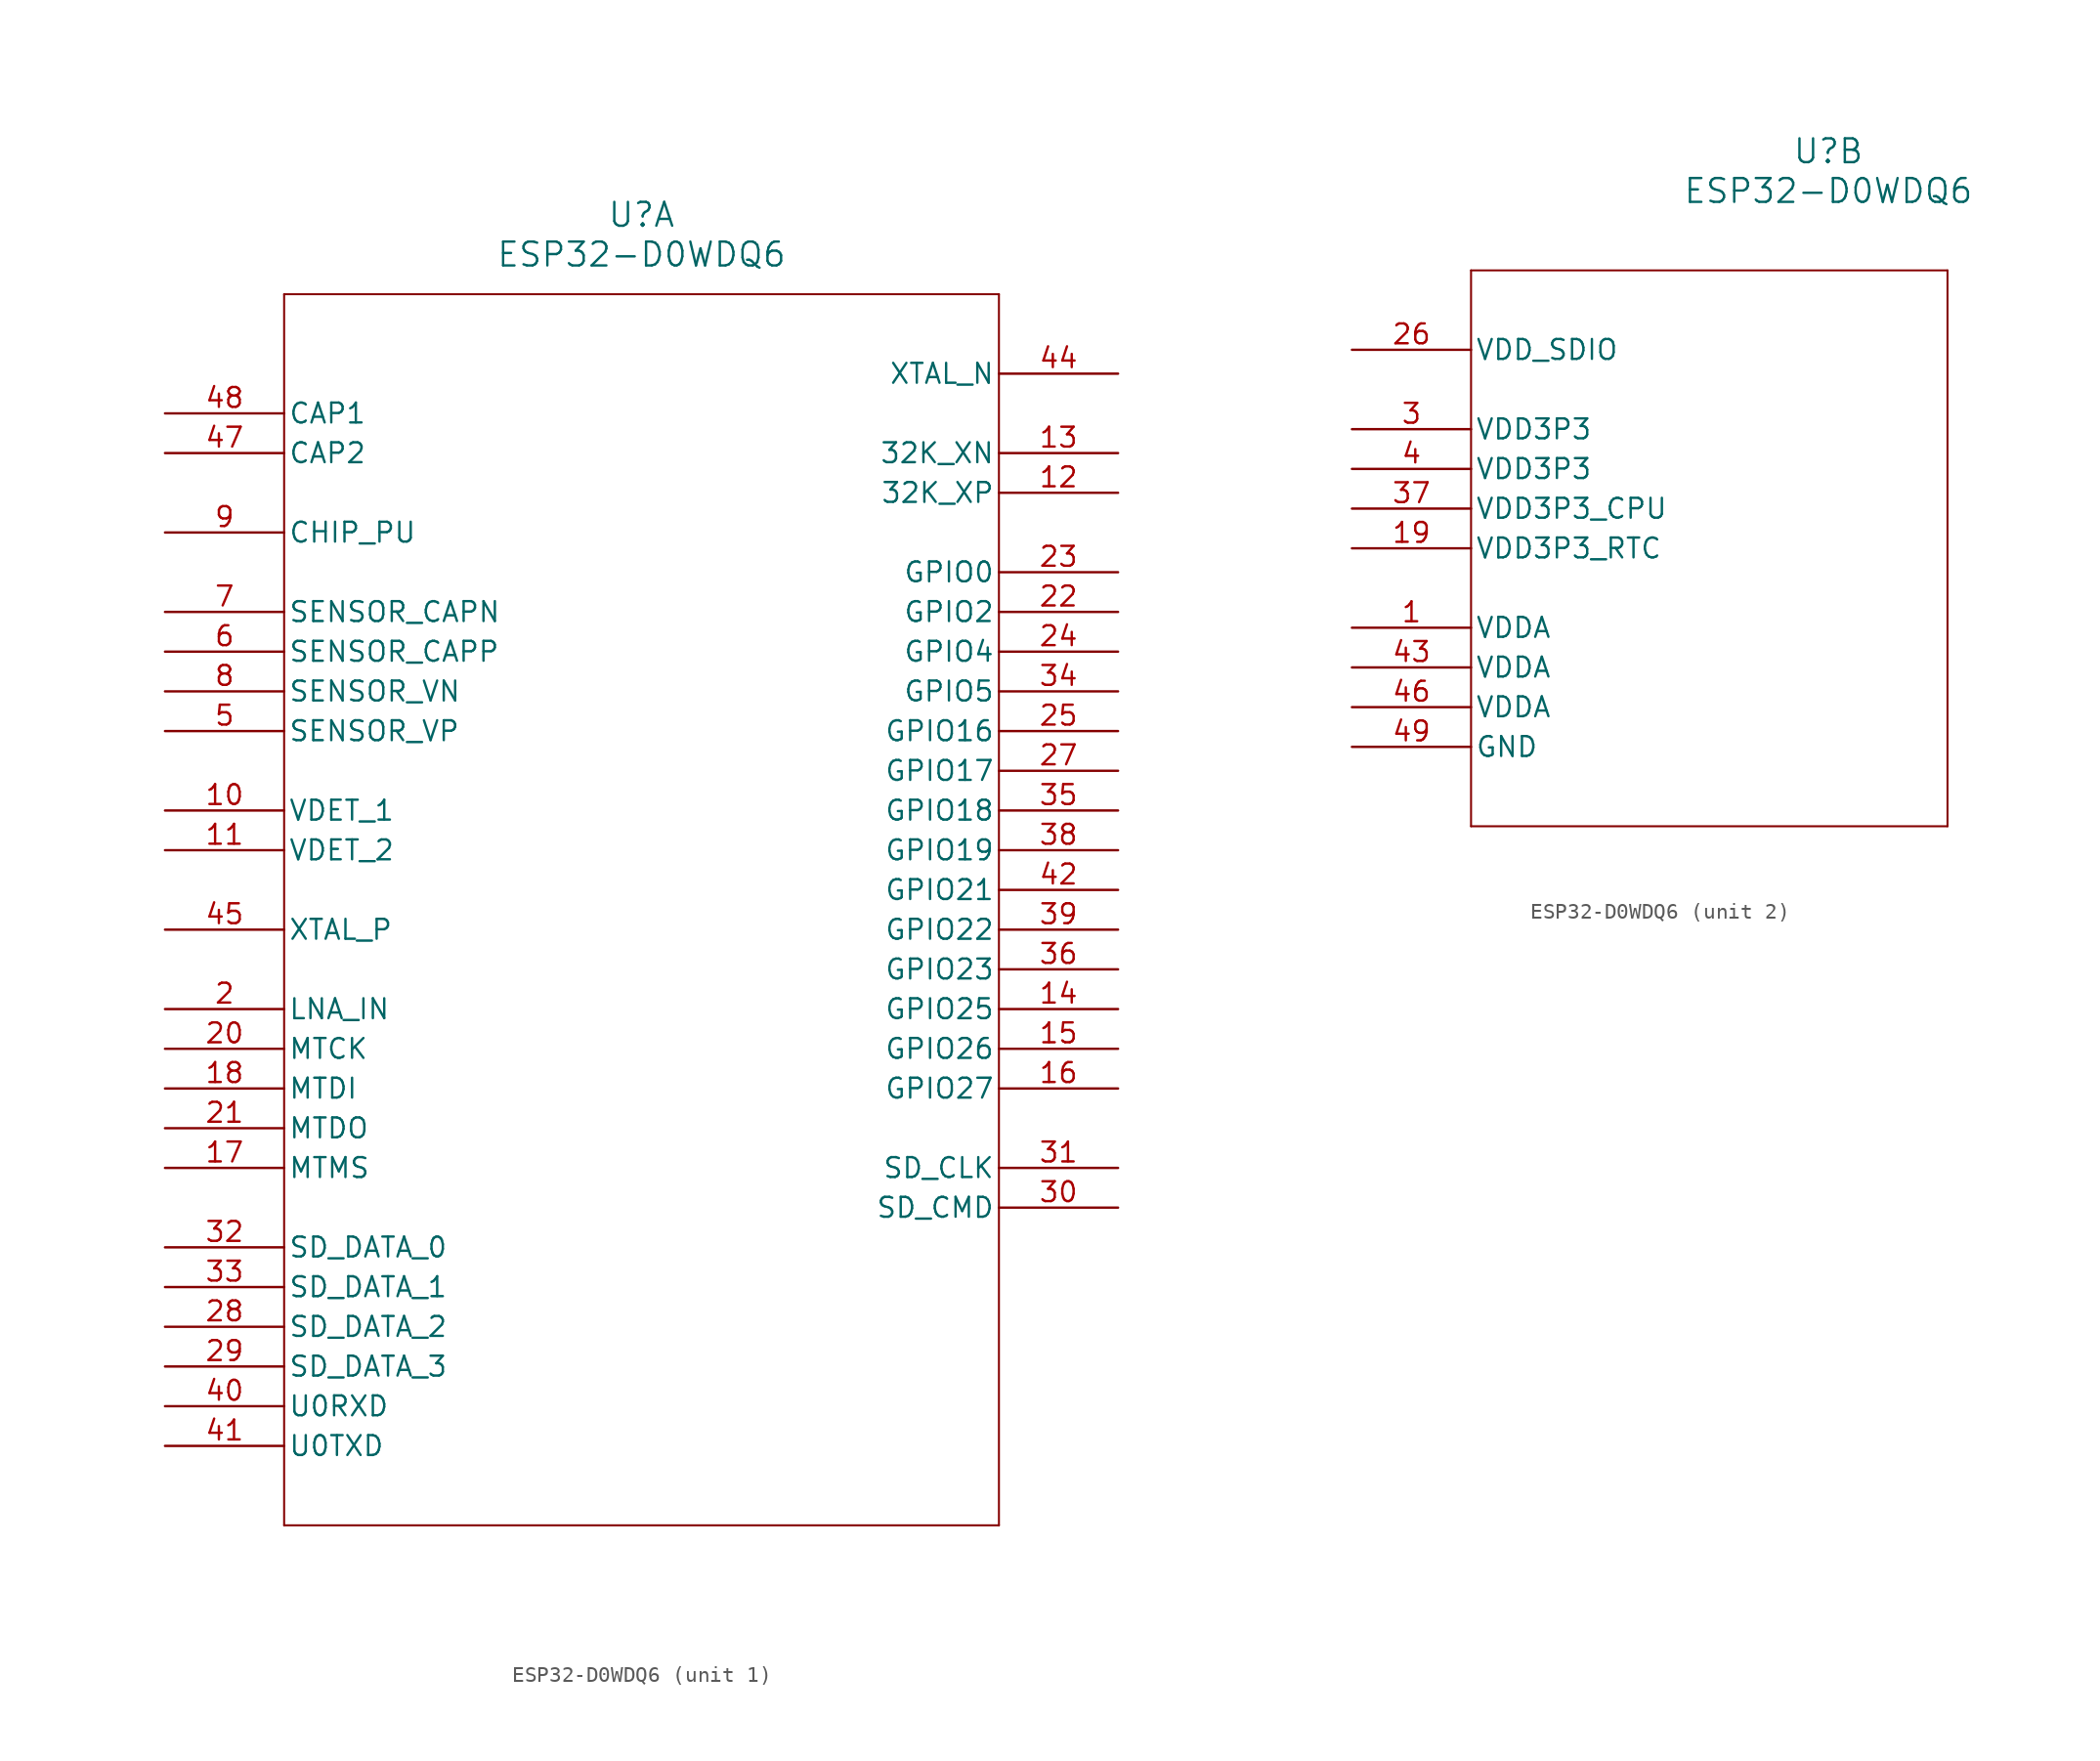
<source format=kicad_sym>
(kicad_symbol_lib
  (version 20211014)
  (generator kicad_symbol_editor)
  (symbol "ESP32-D0WDQ6"
    (pin_names
      (offset 0.254))
    (property "Reference" "U"
      (at 30.48 12.7 0)
      (effects (font (size 1.524 1.524))))
    (property "Value" "ESP32-D0WDQ6"
      (at 30.48 10.16 0)
      (effects (font (size 1.524 1.524))))
    (symbol "ESP32-D0WDQ6_1_1"
      (polyline (pts (xy 7.62 7.62) (xy 7.62 -71.12)) (stroke (width 0.127) (type default) (color 0 0 0 0)) (fill (type none)))
      (polyline (pts (xy 7.62 -71.12) (xy 53.34 -71.12)) (stroke (width 0.127) (type default) (color 0 0 0 0)) (fill (type none)))
      (polyline (pts (xy 53.34 -71.12) (xy 53.34 7.62)) (stroke (width 0.127) (type default) (color 0 0 0 0)) (fill (type none)))
      (polyline (pts (xy 53.34 7.62) (xy 7.62 7.62)) (stroke (width 0.127) (type default) (color 0 0 0 0)) (fill (type none)))
      (pin bidirectional line (at 0 -38.1 0) (length 7.62) (name "LNA_IN" (effects (font (size 1.27 1.27)))) (number "2" (effects (font (size 1.27 1.27)))))
      (pin input line (at 0 -20.32 0) (length 7.62) (name "SENSOR_VP" (effects (font (size 1.27 1.27)))) (number "5" (effects (font (size 1.27 1.27)))))
      (pin input line (at 0 -15.24 0) (length 7.62) (name "SENSOR_CAPP" (effects (font (size 1.27 1.27)))) (number "6" (effects (font (size 1.27 1.27)))))
      (pin input line (at 0 -12.7 0) (length 7.62) (name "SENSOR_CAPN" (effects (font (size 1.27 1.27)))) (number "7" (effects (font (size 1.27 1.27)))))
      (pin input line (at 0 -17.78 0) (length 7.62) (name "SENSOR_VN" (effects (font (size 1.27 1.27)))) (number "8" (effects (font (size 1.27 1.27)))))
      (pin input line (at 0 -7.62 0) (length 7.62) (name "CHIP_PU" (effects (font (size 1.27 1.27)))) (number "9" (effects (font (size 1.27 1.27)))))
      (pin input line (at 0 -25.4 0) (length 7.62) (name "VDET_1" (effects (font (size 1.27 1.27)))) (number "10" (effects (font (size 1.27 1.27)))))
      (pin input line (at 0 -27.94 0) (length 7.62) (name "VDET_2" (effects (font (size 1.27 1.27)))) (number "11" (effects (font (size 1.27 1.27)))))
      (pin bidirectional line (at 60.96 -5.08 180) (length 7.62) (name "32K_XP" (effects (font (size 1.27 1.27)))) (number "12" (effects (font (size 1.27 1.27)))))
      (pin bidirectional line (at 60.96 -2.54 180) (length 7.62) (name "32K_XN" (effects (font (size 1.27 1.27)))) (number "13" (effects (font (size 1.27 1.27)))))
      (pin bidirectional line (at 60.96 -38.1 180) (length 7.62) (name "GPIO25" (effects (font (size 1.27 1.27)))) (number "14" (effects (font (size 1.27 1.27)))))
      (pin bidirectional line (at 60.96 -40.64 180) (length 7.62) (name "GPIO26" (effects (font (size 1.27 1.27)))) (number "15" (effects (font (size 1.27 1.27)))))
      (pin bidirectional line (at 60.96 -43.18 180) (length 7.62) (name "GPIO27" (effects (font (size 1.27 1.27)))) (number "16" (effects (font (size 1.27 1.27)))))
      (pin unspecified line (at 0 -48.26 0) (length 7.62) (name "MTMS" (effects (font (size 1.27 1.27)))) (number "17" (effects (font (size 1.27 1.27)))))
      (pin unspecified line (at 0 -43.18 0) (length 7.62) (name "MTDI" (effects (font (size 1.27 1.27)))) (number "18" (effects (font (size 1.27 1.27)))))
      (pin bidirectional line (at 0 -40.64 0) (length 7.62) (name "MTCK" (effects (font (size 1.27 1.27)))) (number "20" (effects (font (size 1.27 1.27)))))
      (pin bidirectional line (at 0 -45.72 0) (length 7.62) (name "MTDO" (effects (font (size 1.27 1.27)))) (number "21" (effects (font (size 1.27 1.27)))))
      (pin bidirectional line (at 60.96 -12.7 180) (length 7.62) (name "GPIO2" (effects (font (size 1.27 1.27)))) (number "22" (effects (font (size 1.27 1.27)))))
      (pin bidirectional line (at 60.96 -10.16 180) (length 7.62) (name "GPIO0" (effects (font (size 1.27 1.27)))) (number "23" (effects (font (size 1.27 1.27)))))
      (pin bidirectional line (at 60.96 -15.24 180) (length 7.62) (name "GPIO4" (effects (font (size 1.27 1.27)))) (number "24" (effects (font (size 1.27 1.27)))))
      (pin bidirectional line (at 60.96 -20.32 180) (length 7.62) (name "GPIO16" (effects (font (size 1.27 1.27)))) (number "25" (effects (font (size 1.27 1.27)))))
      (pin bidirectional line (at 60.96 -22.86 180) (length 7.62) (name "GPIO17" (effects (font (size 1.27 1.27)))) (number "27" (effects (font (size 1.27 1.27)))))
      (pin bidirectional line (at 0 -58.42 0) (length 7.62) (name "SD_DATA_2" (effects (font (size 1.27 1.27)))) (number "28" (effects (font (size 1.27 1.27)))))
      (pin bidirectional line (at 0 -60.96 0) (length 7.62) (name "SD_DATA_3" (effects (font (size 1.27 1.27)))) (number "29" (effects (font (size 1.27 1.27)))))
      (pin bidirectional line (at 60.96 -50.8 180) (length 7.62) (name "SD_CMD" (effects (font (size 1.27 1.27)))) (number "30" (effects (font (size 1.27 1.27)))))
      (pin bidirectional line (at 60.96 -48.26 180) (length 7.62) (name "SD_CLK" (effects (font (size 1.27 1.27)))) (number "31" (effects (font (size 1.27 1.27)))))
      (pin bidirectional line (at 0 -53.34 0) (length 7.62) (name "SD_DATA_0" (effects (font (size 1.27 1.27)))) (number "32" (effects (font (size 1.27 1.27)))))
      (pin bidirectional line (at 0 -55.88 0) (length 7.62) (name "SD_DATA_1" (effects (font (size 1.27 1.27)))) (number "33" (effects (font (size 1.27 1.27)))))
      (pin bidirectional line (at 60.96 -17.78 180) (length 7.62) (name "GPIO5" (effects (font (size 1.27 1.27)))) (number "34" (effects (font (size 1.27 1.27)))))
      (pin bidirectional line (at 60.96 -25.4 180) (length 7.62) (name "GPIO18" (effects (font (size 1.27 1.27)))) (number "35" (effects (font (size 1.27 1.27)))))
      (pin bidirectional line (at 60.96 -35.56 180) (length 7.62) (name "GPIO23" (effects (font (size 1.27 1.27)))) (number "36" (effects (font (size 1.27 1.27)))))
      (pin bidirectional line (at 60.96 -27.94 180) (length 7.62) (name "GPIO19" (effects (font (size 1.27 1.27)))) (number "38" (effects (font (size 1.27 1.27)))))
      (pin bidirectional line (at 60.96 -33.02 180) (length 7.62) (name "GPIO22" (effects (font (size 1.27 1.27)))) (number "39" (effects (font (size 1.27 1.27)))))
      (pin bidirectional line (at 0 -63.5 0) (length 7.62) (name "U0RXD" (effects (font (size 1.27 1.27)))) (number "40" (effects (font (size 1.27 1.27)))))
      (pin bidirectional line (at 0 -66.04 0) (length 7.62) (name "U0TXD" (effects (font (size 1.27 1.27)))) (number "41" (effects (font (size 1.27 1.27)))))
      (pin bidirectional line (at 60.96 -30.48 180) (length 7.62) (name "GPIO21" (effects (font (size 1.27 1.27)))) (number "42" (effects (font (size 1.27 1.27)))))
      (pin output line (at 60.96 2.54 180) (length 7.62) (name "XTAL_N" (effects (font (size 1.27 1.27)))) (number "44" (effects (font (size 1.27 1.27)))))
      (pin input line (at 0 -33.02 0) (length 7.62) (name "XTAL_P" (effects (font (size 1.27 1.27)))) (number "45" (effects (font (size 1.27 1.27)))))
      (pin input line (at 0 -2.54 0) (length 7.62) (name "CAP2" (effects (font (size 1.27 1.27)))) (number "47" (effects (font (size 1.27 1.27)))))
      (pin input line (at 0 0 0) (length 7.62) (name "CAP1" (effects (font (size 1.27 1.27)))) (number "48" (effects (font (size 1.27 1.27))))))
    (symbol "ESP32-D0WDQ6_2_1"
      (polyline (pts (xy 7.62 5.08) (xy 7.62 -30.48)) (stroke (width 0.127) (type default) (color 0 0 0 0)) (fill (type none)))
      (polyline (pts (xy 7.62 -30.48) (xy 38.1 -30.48)) (stroke (width 0.127) (type default) (color 0 0 0 0)) (fill (type none)))
      (polyline (pts (xy 38.1 -30.48) (xy 38.1 5.08)) (stroke (width 0.127) (type default) (color 0 0 0 0)) (fill (type none)))
      (polyline (pts (xy 38.1 5.08) (xy 7.62 5.08)) (stroke (width 0.127) (type default) (color 0 0 0 0)) (fill (type none)))
      (pin power_in line (at 0 -17.78 0) (length 7.62) (name "VDDA" (effects (font (size 1.27 1.27)))) (number "1" (effects (font (size 1.27 1.27)))))
      (pin power_in line (at 0 -5.08 0) (length 7.62) (name "VDD3P3" (effects (font (size 1.27 1.27)))) (number "3" (effects (font (size 1.27 1.27)))))
      (pin power_in line (at 0 -7.62 0) (length 7.62) (name "VDD3P3" (effects (font (size 1.27 1.27)))) (number "4" (effects (font (size 1.27 1.27)))))
      (pin power_in line (at 0 -12.7 0) (length 7.62) (name "VDD3P3_RTC" (effects (font (size 1.27 1.27)))) (number "19" (effects (font (size 1.27 1.27)))))
      (pin power_in line (at 0 0 0) (length 7.62) (name "VDD_SDIO" (effects (font (size 1.27 1.27)))) (number "26" (effects (font (size 1.27 1.27)))))
      (pin power_in line (at 0 -10.16 0) (length 7.62) (name "VDD3P3_CPU" (effects (font (size 1.27 1.27)))) (number "37" (effects (font (size 1.27 1.27)))))
      (pin power_in line (at 0 -20.32 0) (length 7.62) (name "VDDA" (effects (font (size 1.27 1.27)))) (number "43" (effects (font (size 1.27 1.27)))))
      (pin power_in line (at 0 -22.86 0) (length 7.62) (name "VDDA" (effects (font (size 1.27 1.27)))) (number "46" (effects (font (size 1.27 1.27)))))
      (pin power_out line (at 0 -25.4 0) (length 7.62) (name "GND" (effects (font (size 1.27 1.27)))) (number "49" (effects (font (size 1.27 1.27))))))))
</source>
